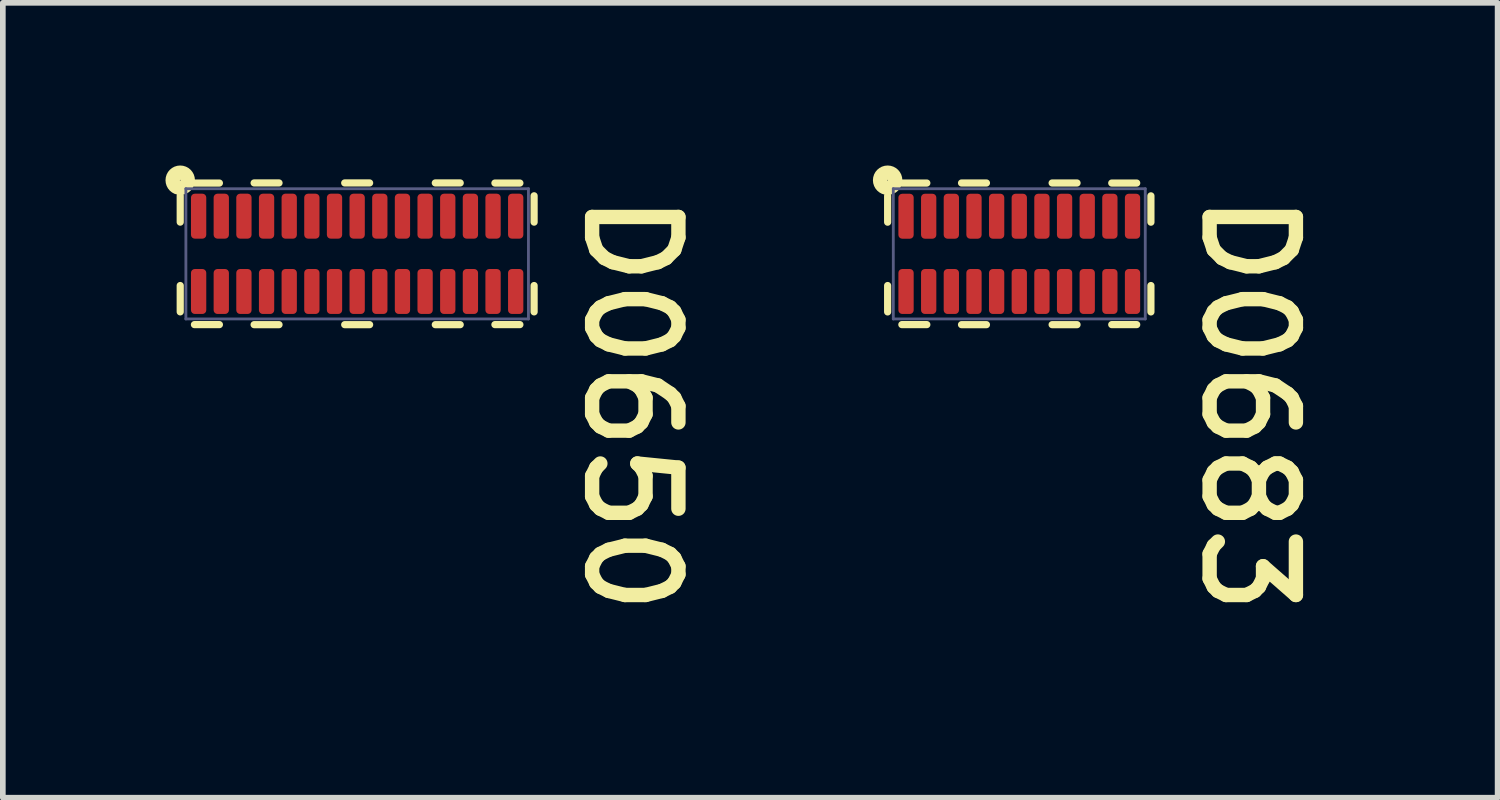
<source format=kicad_pcb>
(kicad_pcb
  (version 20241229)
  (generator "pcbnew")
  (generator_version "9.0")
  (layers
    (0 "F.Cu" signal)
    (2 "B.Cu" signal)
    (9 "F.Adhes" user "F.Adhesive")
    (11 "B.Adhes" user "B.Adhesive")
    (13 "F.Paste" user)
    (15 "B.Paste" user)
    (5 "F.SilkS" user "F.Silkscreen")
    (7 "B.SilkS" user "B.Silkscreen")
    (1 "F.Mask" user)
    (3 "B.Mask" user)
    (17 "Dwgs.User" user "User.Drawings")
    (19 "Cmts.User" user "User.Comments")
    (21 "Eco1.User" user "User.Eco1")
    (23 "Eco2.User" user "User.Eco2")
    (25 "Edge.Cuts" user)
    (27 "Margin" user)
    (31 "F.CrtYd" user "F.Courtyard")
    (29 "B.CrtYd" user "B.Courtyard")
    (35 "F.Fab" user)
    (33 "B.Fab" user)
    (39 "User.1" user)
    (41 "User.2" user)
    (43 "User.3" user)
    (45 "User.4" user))
  (footprint "D0683"
    (layer "F.Cu")
    (at 14.952 1.433)
    (property "Reference" "D0683" (at 3.162 -1.181 270) (unlocked yes) (layer "F.SilkS") (effects (font (size 1.524 1.524) (thickness 0.254)) (justify left bottom)))
    (attr smd)
    (fp_line (start -2 -0.924) (end -2 -0.405) (stroke (width 0.2) (type solid)) (layer "F.Mask"))
    (fp_line (start -2 0.925) (end -2 0.406) (stroke (width 0.2) (type solid)) (layer "F.Mask"))
    (fp_line (start -1.6 -0.924) (end -1.6 -0.405) (stroke (width 0.2) (type solid)) (layer "F.Mask"))
    (fp_line (start -1.6 0.925) (end -1.6 0.406) (stroke (width 0.2) (type solid)) (layer "F.Mask"))
    (fp_line (start -1.2 -0.924) (end -1.2 -0.405) (stroke (width 0.2) (type solid)) (layer "F.Mask"))
    (fp_line (start -1.2 0.925) (end -1.2 0.406) (stroke (width 0.2) (type solid)) (layer "F.Mask"))
    (fp_line (start -0.8 -0.924) (end -0.8 -0.405) (stroke (width 0.2) (type solid)) (layer "F.Mask"))
    (fp_line (start -0.8 0.925) (end -0.8 0.406) (stroke (width 0.2) (type solid)) (layer "F.Mask"))
    (fp_line (start -0.4 -0.924) (end -0.4 -0.405) (stroke (width 0.2) (type solid)) (layer "F.Mask"))
    (fp_line (start -0.4 0.925) (end -0.4 0.406) (stroke (width 0.2) (type solid)) (layer "F.Mask"))
    (fp_line (start 0 -0.924) (end 0 -0.405) (stroke (width 0.2) (type solid)) (layer "F.Mask"))
    (fp_line (start 0 0.925) (end 0 0.406) (stroke (width 0.2) (type solid)) (layer "F.Mask"))
    (fp_line (start 0.4 -0.924) (end 0.4 -0.405) (stroke (width 0.2) (type solid)) (layer "F.Mask"))
    (fp_line (start 0.4 0.925) (end 0.4 0.406) (stroke (width 0.2) (type solid)) (layer "F.Mask"))
    (fp_line (start 0.8 -0.924) (end 0.8 -0.405) (stroke (width 0.2) (type solid)) (layer "F.Mask"))
    (fp_line (start 0.8 0.925) (end 0.8 0.406) (stroke (width 0.2) (type solid)) (layer "F.Mask"))
    (fp_line (start 1.2 -0.924) (end 1.2 -0.405) (stroke (width 0.2) (type solid)) (layer "F.Mask"))
    (fp_line (start 1.2 0.925) (end 1.2 0.406) (stroke (width 0.2) (type solid)) (layer "F.Mask"))
    (fp_line (start 1.6 -0.924) (end 1.6 -0.405) (stroke (width 0.2) (type solid)) (layer "F.Mask"))
    (fp_line (start 1.6 0.925) (end 1.6 0.406) (stroke (width 0.2) (type solid)) (layer "F.Mask"))
    (fp_line (start 2 -0.924) (end 2 -0.405) (stroke (width 0.2) (type solid)) (layer "F.Mask"))
    (fp_line (start 2 0.925) (end 2 0.406) (stroke (width 0.2) (type solid)) (layer "F.Mask"))
    (fp_line (start -2.325 -1.024) (end -2.325 -0.559) (stroke (width 0.127) (type solid)) (layer "F.SilkS"))
    (fp_line (start -2.325 0.56) (end -2.325 1.026) (stroke (width 0.127) (type solid)) (layer "F.SilkS"))
    (fp_line (start -2.074 -1.25) (end -1.633 -1.25) (stroke (width 0.127) (type solid)) (layer "F.SilkS"))
    (fp_line (start -2.074 1.25) (end -1.633 1.25) (stroke (width 0.127) (type solid)) (layer "F.SilkS"))
    (fp_line (start -1.02 -1.251) (end -0.58 -1.251) (stroke (width 0.127) (type solid)) (layer "F.SilkS"))
    (fp_line (start -1.02 1.251) (end -0.58 1.251) (stroke (width 0.127) (type solid)) (layer "F.SilkS"))
    (fp_line (start 0.58 -1.251) (end 1.02 -1.251) (stroke (width 0.127) (type solid)) (layer "F.SilkS"))
    (fp_line (start 0.58 1.251) (end 1.02 1.251) (stroke (width 0.127) (type solid)) (layer "F.SilkS"))
    (fp_line (start 1.633 -1.25) (end 2.074 -1.25) (stroke (width 0.127) (type solid)) (layer "F.SilkS"))
    (fp_line (start 1.633 1.25) (end 2.074 1.25) (stroke (width 0.127) (type solid)) (layer "F.SilkS"))
    (fp_line (start 2.325 -1.024) (end 2.325 -0.559) (stroke (width 0.127) (type solid)) (layer "F.SilkS"))
    (fp_line (start 2.325 0.56) (end 2.325 1.026) (stroke (width 0.127) (type solid)) (layer "F.SilkS"))
    (fp_circle (center -2.325 -1.3) (end -2.319 -1.3) (stroke (width 0.254) (type solid)) (fill no) (layer "F.SilkS"))
    (fp_line (start -2.225 -1.15) (end -2.225 1.15) (stroke (width 0.05) (type solid)) (layer "B.Fab"))
    (fp_line (start -2.225 -1.15) (end 2.225 -1.15) (stroke (width 0.05) (type solid)) (layer "B.Fab"))
    (fp_line (start -2.225 1.15) (end 2.225 1.15) (stroke (width 0.05) (type solid)) (layer "B.Fab"))
    (fp_line (start 2.225 -1.15) (end 2.225 1.15) (stroke (width 0.05) (type solid)) (layer "B.Fab"))
    (pad "1" smd roundrect (at -2 -0.664) (size 0.27 0.794) (layers "F.Cu" "F.Mask" "F.Paste") (roundrect_rratio 0.25))
    (pad "2" smd roundrect (at -2 0.665) (size 0.27 0.794) (layers "F.Cu" "F.Mask" "F.Paste") (roundrect_rratio 0.25))
    (pad "3" smd roundrect (at -1.6 -0.664) (size 0.27 0.794) (layers "F.Cu" "F.Mask" "F.Paste") (roundrect_rratio 0.25))
    (pad "4" smd roundrect (at -1.6 0.665) (size 0.27 0.794) (layers "F.Cu" "F.Mask" "F.Paste") (roundrect_rratio 0.25))
    (pad "5" smd roundrect (at -1.2 -0.664) (size 0.27 0.794) (layers "F.Cu" "F.Mask" "F.Paste") (roundrect_rratio 0.25))
    (pad "6" smd roundrect (at -1.2 0.665) (size 0.27 0.794) (layers "F.Cu" "F.Mask" "F.Paste") (roundrect_rratio 0.25))
    (pad "7" smd roundrect (at -0.8 -0.664) (size 0.27 0.794) (layers "F.Cu" "F.Mask" "F.Paste") (roundrect_rratio 0.25))
    (pad "8" smd roundrect (at -0.8 0.665) (size 0.27 0.794) (layers "F.Cu" "F.Mask" "F.Paste") (roundrect_rratio 0.25))
    (pad "9" smd roundrect (at -0.4 -0.664) (size 0.27 0.795) (layers "F.Cu" "F.Mask" "F.Paste") (roundrect_rratio 0.25))
    (pad "10" smd roundrect (at -0.4 0.665) (size 0.27 0.794) (layers "F.Cu" "F.Mask" "F.Paste") (roundrect_rratio 0.25))
    (pad "11" smd roundrect (at 0 -0.664) (size 0.27 0.794) (layers "F.Cu" "F.Mask" "F.Paste") (roundrect_rratio 0.25))
    (pad "12" smd roundrect (at 0 0.665) (size 0.27 0.794) (layers "F.Cu" "F.Mask" "F.Paste") (roundrect_rratio 0.25))
    (pad "13" smd roundrect (at 0.4 -0.664) (size 0.27 0.794) (layers "F.Cu" "F.Mask" "F.Paste") (roundrect_rratio 0.25))
    (pad "14" smd roundrect (at 0.4 0.665) (size 0.27 0.794) (layers "F.Cu" "F.Mask" "F.Paste") (roundrect_rratio 0.25))
    (pad "15" smd roundrect (at 0.8 -0.664) (size 0.27 0.794) (layers "F.Cu" "F.Mask" "F.Paste") (roundrect_rratio 0.25))
    (pad "16" smd roundrect (at 0.8 0.665) (size 0.27 0.794) (layers "F.Cu" "F.Mask" "F.Paste") (roundrect_rratio 0.25))
    (pad "17" smd roundrect (at 1.2 -0.664) (size 0.27 0.794) (layers "F.Cu" "F.Mask" "F.Paste") (roundrect_rratio 0.25))
    (pad "18" smd roundrect (at 1.2 0.665) (size 0.27 0.794) (layers "F.Cu" "F.Mask" "F.Paste") (roundrect_rratio 0.25))
    (pad "19" smd roundrect (at 1.6 -0.664) (size 0.27 0.794) (layers "F.Cu" "F.Mask" "F.Paste") (roundrect_rratio 0.25))
    (pad "20" smd roundrect (at 1.6 0.665) (size 0.27 0.794) (layers "F.Cu" "F.Mask" "F.Paste") (roundrect_rratio 0.25))
    (pad "21" smd roundrect (at 2 -0.664) (size 0.27 0.794) (layers "F.Cu" "F.Mask" "F.Paste") (roundrect_rratio 0.25))
    (pad "22" smd roundrect (at 2 0.665) (size 0.27 0.794) (layers "F.Cu" "F.Mask" "F.Paste") (roundrect_rratio 0.25)))
  (footprint "D0650"
    (layer "F.Cu")
    (at 3.258 1.433)
    (property "Reference" "D0650" (at 3.95 -1.181 270) (unlocked yes) (layer "F.SilkS") (effects (font (size 1.524 1.524) (thickness 0.254)) (justify left bottom)))
    (attr smd)
    (fp_line (start -2.8 -0.925) (end -2.8 -0.405) (stroke (width 0.18) (type solid)) (layer "F.Mask"))
    (fp_line (start -2.8 0.925) (end -2.8 0.405) (stroke (width 0.18) (type solid)) (layer "F.Mask"))
    (fp_line (start -2.4 -0.925) (end -2.4 -0.405) (stroke (width 0.18) (type solid)) (layer "F.Mask"))
    (fp_line (start -2.4 0.925) (end -2.4 0.405) (stroke (width 0.18) (type solid)) (layer "F.Mask"))
    (fp_line (start -2 -0.925) (end -2 -0.405) (stroke (width 0.18) (type solid)) (layer "F.Mask"))
    (fp_line (start -2 0.925) (end -2 0.405) (stroke (width 0.18) (type solid)) (layer "F.Mask"))
    (fp_line (start -1.6 -0.925) (end -1.6 -0.405) (stroke (width 0.18) (type solid)) (layer "F.Mask"))
    (fp_line (start -1.6 0.925) (end -1.6 0.405) (stroke (width 0.18) (type solid)) (layer "F.Mask"))
    (fp_line (start -1.2 -0.925) (end -1.2 -0.405) (stroke (width 0.18) (type solid)) (layer "F.Mask"))
    (fp_line (start -1.2 0.925) (end -1.2 0.405) (stroke (width 0.18) (type solid)) (layer "F.Mask"))
    (fp_line (start -0.8 -0.925) (end -0.8 -0.405) (stroke (width 0.18) (type solid)) (layer "F.Mask"))
    (fp_line (start -0.8 0.925) (end -0.8 0.405) (stroke (width 0.18) (type solid)) (layer "F.Mask"))
    (fp_line (start -0.4 -0.925) (end -0.4 -0.405) (stroke (width 0.18) (type solid)) (layer "F.Mask"))
    (fp_line (start -0.4 0.925) (end -0.4 0.405) (stroke (width 0.18) (type solid)) (layer "F.Mask"))
    (fp_line (start 0 -0.925) (end 0 -0.405) (stroke (width 0.18) (type solid)) (layer "F.Mask"))
    (fp_line (start 0 0.925) (end 0 0.405) (stroke (width 0.18) (type solid)) (layer "F.Mask"))
    (fp_line (start 0.4 -0.925) (end 0.4 -0.405) (stroke (width 0.18) (type solid)) (layer "F.Mask"))
    (fp_line (start 0.4 0.925) (end 0.4 0.405) (stroke (width 0.18) (type solid)) (layer "F.Mask"))
    (fp_line (start 0.8 -0.925) (end 0.8 -0.405) (stroke (width 0.18) (type solid)) (layer "F.Mask"))
    (fp_line (start 0.8 0.925) (end 0.8 0.405) (stroke (width 0.18) (type solid)) (layer "F.Mask"))
    (fp_line (start 1.2 -0.925) (end 1.2 -0.405) (stroke (width 0.18) (type solid)) (layer "F.Mask"))
    (fp_line (start 1.2 0.925) (end 1.2 0.405) (stroke (width 0.18) (type solid)) (layer "F.Mask"))
    (fp_line (start 1.6 -0.925) (end 1.6 -0.405) (stroke (width 0.18) (type solid)) (layer "F.Mask"))
    (fp_line (start 1.6 0.925) (end 1.6 0.405) (stroke (width 0.18) (type solid)) (layer "F.Mask"))
    (fp_line (start 2 -0.925) (end 2 -0.405) (stroke (width 0.18) (type solid)) (layer "F.Mask"))
    (fp_line (start 2 0.925) (end 2 0.405) (stroke (width 0.18) (type solid)) (layer "F.Mask"))
    (fp_line (start 2.4 -0.925) (end 2.4 -0.405) (stroke (width 0.18) (type solid)) (layer "F.Mask"))
    (fp_line (start 2.4 0.925) (end 2.4 0.405) (stroke (width 0.18) (type solid)) (layer "F.Mask"))
    (fp_line (start 2.8 -0.925) (end 2.8 -0.405) (stroke (width 0.18) (type solid)) (layer "F.Mask"))
    (fp_line (start 2.8 0.925) (end 2.8 0.405) (stroke (width 0.18) (type solid)) (layer "F.Mask"))
    (fp_line (start -3.125 -1.025) (end -3.125 -0.56) (stroke (width 0.127) (type solid)) (layer "F.SilkS"))
    (fp_line (start -3.125 0.56) (end -3.125 1.025) (stroke (width 0.127) (type solid)) (layer "F.SilkS"))
    (fp_line (start -2.874 -1.25) (end -2.433 -1.25) (stroke (width 0.127) (type solid)) (layer "F.SilkS"))
    (fp_line (start -2.874 1.25) (end -2.433 1.25) (stroke (width 0.127) (type solid)) (layer "F.SilkS"))
    (fp_line (start -1.82 -1.252) (end -1.38 -1.252) (stroke (width 0.127) (type solid)) (layer "F.SilkS"))
    (fp_line (start -1.82 1.251) (end -1.38 1.251) (stroke (width 0.127) (type solid)) (layer "F.SilkS"))
    (fp_line (start -0.22 -1.252) (end 0.22 -1.252) (stroke (width 0.127) (type solid)) (layer "F.SilkS"))
    (fp_line (start -0.22 1.251) (end 0.22 1.251) (stroke (width 0.127) (type solid)) (layer "F.SilkS"))
    (fp_line (start 1.38 -1.252) (end 1.82 -1.252) (stroke (width 0.127) (type solid)) (layer "F.SilkS"))
    (fp_line (start 1.38 1.251) (end 1.82 1.251) (stroke (width 0.127) (type solid)) (layer "F.SilkS"))
    (fp_line (start 2.433 -1.25) (end 2.874 -1.25) (stroke (width 0.127) (type solid)) (layer "F.SilkS"))
    (fp_line (start 2.433 1.25) (end 2.874 1.25) (stroke (width 0.127) (type solid)) (layer "F.SilkS"))
    (fp_line (start 3.125 -1.025) (end 3.125 -0.56) (stroke (width 0.127) (type solid)) (layer "F.SilkS"))
    (fp_line (start 3.125 0.56) (end 3.125 1.025) (stroke (width 0.127) (type solid)) (layer "F.SilkS"))
    (fp_circle (center -3.125 -1.3) (end -3.119 -1.3) (stroke (width 0.254) (type solid)) (fill no) (layer "F.SilkS"))
    (fp_line (start -3.025 -1.15) (end -3.025 1.15) (stroke (width 0.05) (type solid)) (layer "B.Fab"))
    (fp_line (start -3.025 -1.15) (end 3.025 -1.15) (stroke (width 0.05) (type solid)) (layer "B.Fab"))
    (fp_line (start -3.025 1.15) (end 3.025 1.15) (stroke (width 0.05) (type solid)) (layer "B.Fab"))
    (fp_line (start 3.025 -1.15) (end 3.025 1.15) (stroke (width 0.05) (type solid)) (layer "B.Fab"))
    (pad "1" smd roundrect (at -2.8 -0.665) (size 0.27 0.794) (layers "F.Cu" "F.Mask" "F.Paste") (roundrect_rratio 0.25))
    (pad "2" smd roundrect (at -2.8 0.665) (size 0.27 0.794) (layers "F.Cu" "F.Mask" "F.Paste") (roundrect_rratio 0.25))
    (pad "3" smd roundrect (at -2.4 -0.665) (size 0.27 0.794) (layers "F.Cu" "F.Mask" "F.Paste") (roundrect_rratio 0.25))
    (pad "4" smd roundrect (at -2.4 0.665) (size 0.27 0.794) (layers "F.Cu" "F.Mask" "F.Paste") (roundrect_rratio 0.25))
    (pad "5" smd roundrect (at -2 -0.665) (size 0.27 0.794) (layers "F.Cu" "F.Mask" "F.Paste") (roundrect_rratio 0.25))
    (pad "6" smd roundrect (at -2 0.665) (size 0.27 0.794) (layers "F.Cu" "F.Mask" "F.Paste") (roundrect_rratio 0.25))
    (pad "7" smd roundrect (at -1.6 -0.665) (size 0.27 0.794) (layers "F.Cu" "F.Mask" "F.Paste") (roundrect_rratio 0.25))
    (pad "8" smd roundrect (at -1.6 0.665) (size 0.27 0.794) (layers "F.Cu" "F.Mask" "F.Paste") (roundrect_rratio 0.25))
    (pad "9" smd roundrect (at -1.2 -0.665) (size 0.27 0.795) (layers "F.Cu" "F.Mask" "F.Paste") (roundrect_rratio 0.25))
    (pad "10" smd roundrect (at -1.2 0.665) (size 0.27 0.794) (layers "F.Cu" "F.Mask" "F.Paste") (roundrect_rratio 0.25))
    (pad "11" smd roundrect (at -0.8 -0.665) (size 0.27 0.794) (layers "F.Cu" "F.Mask" "F.Paste") (roundrect_rratio 0.25))
    (pad "12" smd roundrect (at -0.8 0.665) (size 0.27 0.794) (layers "F.Cu" "F.Mask" "F.Paste") (roundrect_rratio 0.25))
    (pad "13" smd roundrect (at -0.4 -0.665) (size 0.27 0.794) (layers "F.Cu" "F.Mask" "F.Paste") (roundrect_rratio 0.25))
    (pad "14" smd roundrect (at -0.4 0.665) (size 0.27 0.794) (layers "F.Cu" "F.Mask" "F.Paste") (roundrect_rratio 0.25))
    (pad "15" smd roundrect (at 0 -0.665) (size 0.27 0.794) (layers "F.Cu" "F.Mask" "F.Paste") (roundrect_rratio 0.25))
    (pad "16" smd roundrect (at 0 0.665) (size 0.27 0.794) (layers "F.Cu" "F.Mask" "F.Paste") (roundrect_rratio 0.25))
    (pad "17" smd roundrect (at 0.4 -0.665) (size 0.27 0.794) (layers "F.Cu" "F.Mask" "F.Paste") (roundrect_rratio 0.25))
    (pad "18" smd roundrect (at 0.4 0.665) (size 0.27 0.794) (layers "F.Cu" "F.Mask" "F.Paste") (roundrect_rratio 0.25))
    (pad "19" smd roundrect (at 0.8 -0.665) (size 0.27 0.794) (layers "F.Cu" "F.Mask" "F.Paste") (roundrect_rratio 0.25))
    (pad "20" smd roundrect (at 0.8 0.665) (size 0.27 0.794) (layers "F.Cu" "F.Mask" "F.Paste") (roundrect_rratio 0.25))
    (pad "21" smd roundrect (at 1.2 -0.665) (size 0.27 0.794) (layers "F.Cu" "F.Mask" "F.Paste") (roundrect_rratio 0.25))
    (pad "22" smd roundrect (at 1.2 0.665) (size 0.27 0.794) (layers "F.Cu" "F.Mask" "F.Paste") (roundrect_rratio 0.25))
    (pad "23" smd roundrect (at 1.6 -0.665) (size 0.27 0.794) (layers "F.Cu" "F.Mask" "F.Paste") (roundrect_rratio 0.25))
    (pad "24" smd roundrect (at 1.6 0.665) (size 0.27 0.794) (layers "F.Cu" "F.Mask" "F.Paste") (roundrect_rratio 0.25))
    (pad "25" smd roundrect (at 2 -0.665) (size 0.27 0.794) (layers "F.Cu" "F.Mask" "F.Paste") (roundrect_rratio 0.25))
    (pad "26" smd roundrect (at 2 0.665) (size 0.27 0.794) (layers "F.Cu" "F.Mask" "F.Paste") (roundrect_rratio 0.25))
    (pad "27" smd roundrect (at 2.4 -0.665) (size 0.27 0.794) (layers "F.Cu" "F.Mask" "F.Paste") (roundrect_rratio 0.25))
    (pad "28" smd roundrect (at 2.4 0.665) (size 0.27 0.794) (layers "F.Cu" "F.Mask" "F.Paste") (roundrect_rratio 0.25))
    (pad "29" smd roundrect (at 2.8 -0.665) (size 0.27 0.794) (layers "F.Cu" "F.Mask" "F.Paste") (roundrect_rratio 0.25))
    (pad "30" smd roundrect (at 2.8 0.665) (size 0.27 0.794) (layers "F.Cu" "F.Mask" "F.Paste") (roundrect_rratio 0.25)))
  (gr_rect
    (start -3 -3)
    (end 23.4 11.039)
    (stroke (width 0.1) (type default))
    (fill no)
    (layer "Edge.Cuts")))
</source>
